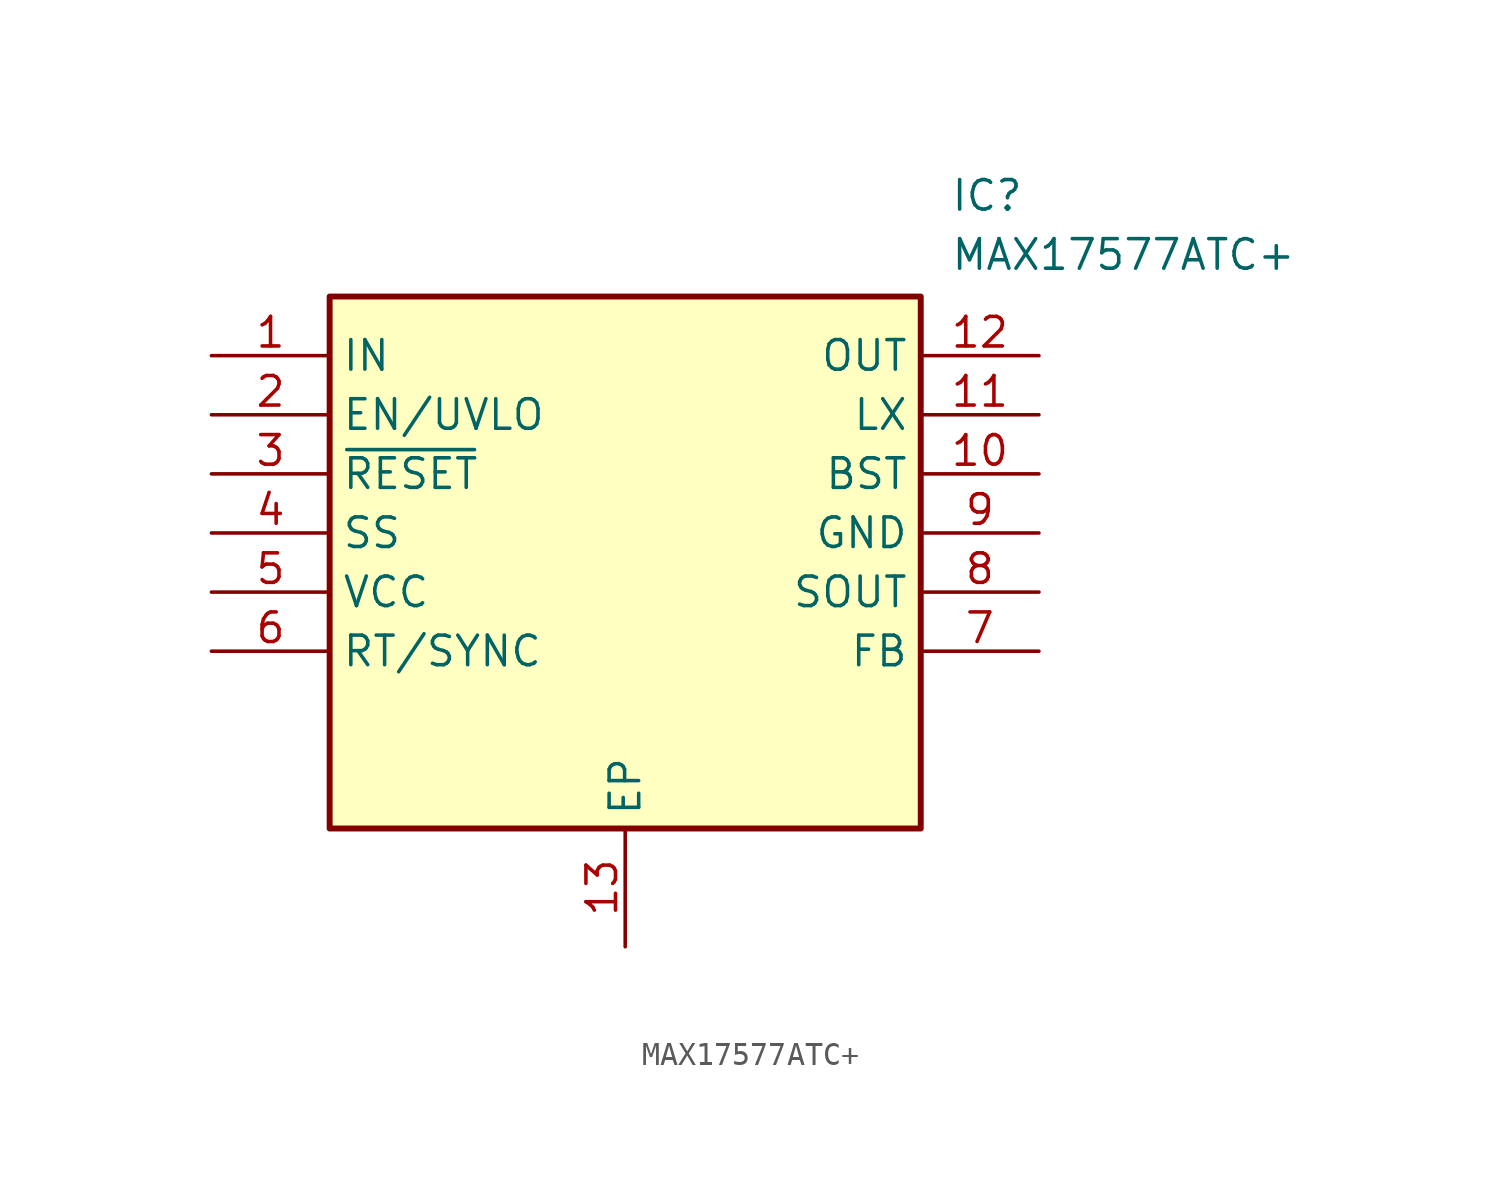
<source format=kicad_sym>
(kicad_symbol_lib
  (version 20211014)
  (generator SamacSys_ECAD_Model)
  (symbol "MAX17577ATC+"
    (property "Reference" "IC"
      (at 31.75 7.62 0)
      (effects (font (size 1.27 1.27)) (justify left top)))
    (property "Value" "MAX17577ATC+"
      (at 31.75 5.08 0)
      (effects (font (size 1.27 1.27)) (justify left top)))
    (rectangle
      (start 5.08 2.54)
      (end 30.48 -20.32)
      (stroke (width 0.254) (type default))
      (fill (type background)))
    (pin passive line
      (at 0 0 0)
      (length 5.08)
      (name "IN" (effects (font (size 1.27 1.27))))
      (number "1" (effects (font (size 1.27 1.27)))))
    (pin passive line
      (at 0 -2.54 0)
      (length 5.08)
      (name "EN/UVLO" (effects (font (size 1.27 1.27))))
      (number "2" (effects (font (size 1.27 1.27)))))
    (pin passive line
      (at 0 -5.08 0)
      (length 5.08)
      (name "~{RESET}" (effects (font (size 1.27 1.27))))
      (number "3" (effects (font (size 1.27 1.27)))))
    (pin passive line
      (at 0 -7.62 0)
      (length 5.08)
      (name "SS" (effects (font (size 1.27 1.27))))
      (number "4" (effects (font (size 1.27 1.27)))))
    (pin passive line
      (at 0 -10.16 0)
      (length 5.08)
      (name "VCC" (effects (font (size 1.27 1.27))))
      (number "5" (effects (font (size 1.27 1.27)))))
    (pin passive line
      (at 0 -12.7 0)
      (length 5.08)
      (name "RT/SYNC" (effects (font (size 1.27 1.27))))
      (number "6" (effects (font (size 1.27 1.27)))))
    (pin passive line
      (at 17.78 -25.4 90)
      (length 5.08)
      (name "EP" (effects (font (size 1.27 1.27))))
      (number "13" (effects (font (size 1.27 1.27)))))
    (pin passive line
      (at 35.56 0 180)
      (length 5.08)
      (name "OUT" (effects (font (size 1.27 1.27))))
      (number "12" (effects (font (size 1.27 1.27)))))
    (pin passive line
      (at 35.56 -2.54 180)
      (length 5.08)
      (name "LX" (effects (font (size 1.27 1.27))))
      (number "11" (effects (font (size 1.27 1.27)))))
    (pin passive line
      (at 35.56 -5.08 180)
      (length 5.08)
      (name "BST" (effects (font (size 1.27 1.27))))
      (number "10" (effects (font (size 1.27 1.27)))))
    (pin passive line
      (at 35.56 -7.62 180)
      (length 5.08)
      (name "GND" (effects (font (size 1.27 1.27))))
      (number "9" (effects (font (size 1.27 1.27)))))
    (pin passive line
      (at 35.56 -10.16 180)
      (length 5.08)
      (name "SOUT" (effects (font (size 1.27 1.27))))
      (number "8" (effects (font (size 1.27 1.27)))))
    (pin passive line
      (at 35.56 -12.7 180)
      (length 5.08)
      (name "FB" (effects (font (size 1.27 1.27))))
      (number "7" (effects (font (size 1.27 1.27)))))))
</source>
